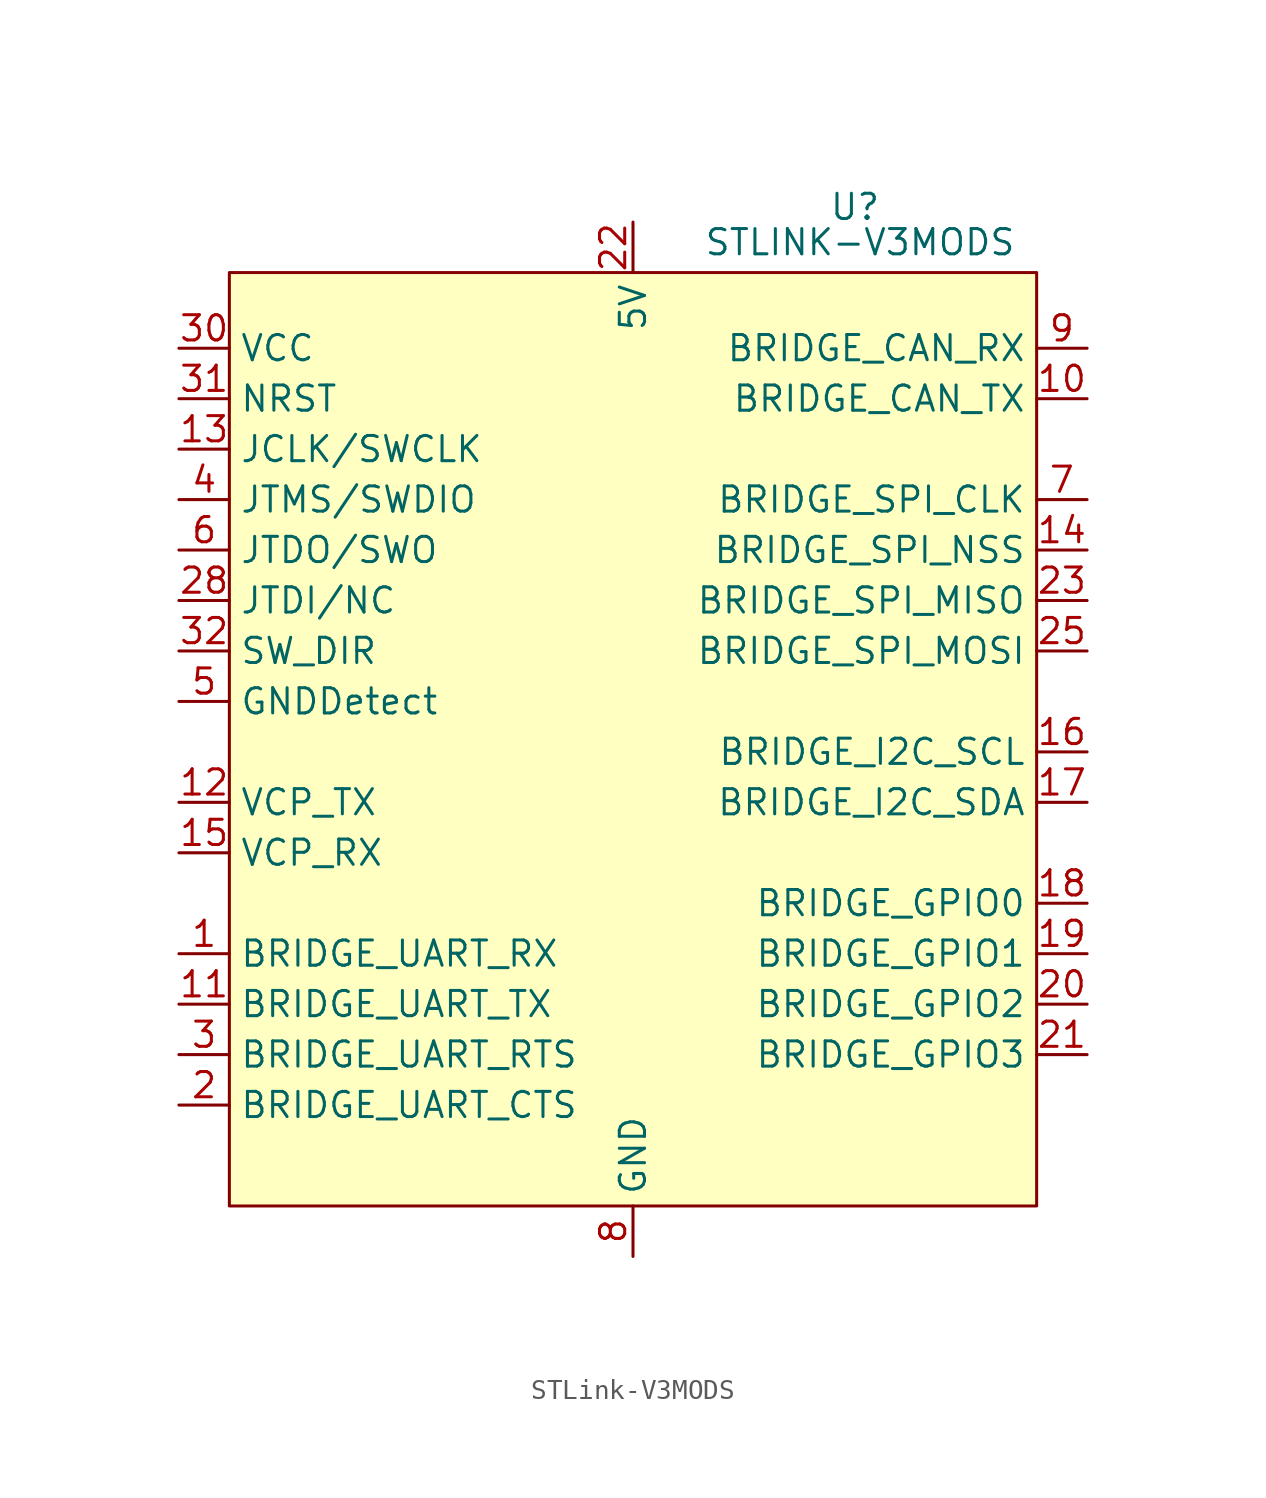
<source format=kicad_sym>
(kicad_symbol_lib
  (version 20231120)
  (generator "kicad_symbol_editor")
  (generator_version "8.0")
  (symbol "STLink-V3MODS"
    (property "Reference" "U"
      (at 11.176 2.032 0)
      (effects (font (size 1.27 1.27))))
    (property "Value" "STLINK-V3MODS"
      (at 11.43 0.254 0)
      (effects (font (size 1.27 1.27))))
    (symbol "STLink-V3MODS_1_1"
      (rectangle (start -20.32 -1.27) (end 20.32 -48.26) (stroke (width 0) (type default)) (fill (type background)))
      (pin input line (at -22.86 -35.56 0) (length 2.54) (name "BRIDGE_UART_RX" (effects (font (size 1.27 1.27)))) (number "1" (effects (font (size 1.27 1.27)))))
      (pin output line (at 22.86 -7.62 180) (length 2.54) (name "BRIDGE_CAN_TX" (effects (font (size 1.27 1.27)))) (number "10" (effects (font (size 1.27 1.27)))))
      (pin output line (at -22.86 -38.1 0) (length 2.54) (name "BRIDGE_UART_TX" (effects (font (size 1.27 1.27)))) (number "11" (effects (font (size 1.27 1.27)))))
      (pin input line (at -22.86 -27.94 0) (length 2.54) (name "VCP_TX" (effects (font (size 1.27 1.27)))) (number "12" (effects (font (size 1.27 1.27)))))
      (pin output line (at -22.86 -10.16 0) (length 2.54) (name "JCLK/SWCLK" (effects (font (size 1.27 1.27)))) (number "13" (effects (font (size 1.27 1.27)))))
      (pin bidirectional line (at 22.86 -15.24 180) (length 2.54) (name "BRIDGE_SPI_NSS" (effects (font (size 1.27 1.27)))) (number "14" (effects (font (size 1.27 1.27)))))
      (pin output line (at -22.86 -30.48 0) (length 2.54) (name "VCP_RX" (effects (font (size 1.27 1.27)))) (number "15" (effects (font (size 1.27 1.27)))))
      (pin output line (at 22.86 -25.4 180) (length 2.54) (name "BRIDGE_I2C_SCL" (effects (font (size 1.27 1.27)))) (number "16" (effects (font (size 1.27 1.27)))))
      (pin bidirectional line (at 22.86 -27.94 180) (length 2.54) (name "BRIDGE_I2C_SDA" (effects (font (size 1.27 1.27)))) (number "17" (effects (font (size 1.27 1.27)))))
      (pin bidirectional line (at 22.86 -33.02 180) (length 2.54) (name "BRIDGE_GPIO0" (effects (font (size 1.27 1.27)))) (number "18" (effects (font (size 1.27 1.27)))))
      (pin bidirectional line (at 22.86 -35.56 180) (length 2.54) (name "BRIDGE_GPIO1" (effects (font (size 1.27 1.27)))) (number "19" (effects (font (size 1.27 1.27)))))
      (pin input line (at -22.86 -43.18 0) (length 2.54) (name "BRIDGE_UART_CTS" (effects (font (size 1.27 1.27)))) (number "2" (effects (font (size 1.27 1.27)))))
      (pin bidirectional line (at 22.86 -38.1 180) (length 2.54) (name "BRIDGE_GPIO2" (effects (font (size 1.27 1.27)))) (number "20" (effects (font (size 1.27 1.27)))))
      (pin bidirectional line (at 22.86 -40.64 180) (length 2.54) (name "BRIDGE_GPIO3" (effects (font (size 1.27 1.27)))) (number "21" (effects (font (size 1.27 1.27)))))
      (pin power_out line (at 0 1.27 270) (length 2.54) (name "5V" (effects (font (size 1.27 1.27)))) (number "22" (effects (font (size 1.27 1.27)))))
      (pin bidirectional line (at 22.86 -17.78 180) (length 2.54) (name "BRIDGE_SPI_MISO" (effects (font (size 1.27 1.27)))) (number "23" (effects (font (size 1.27 1.27)))))
      (pin power_in line (at 0 -50.8 90) (length 2.54) hide (name "GND" (effects (font (size 1.27 1.27)))) (number "24" (effects (font (size 1.27 1.27)))))
      (pin bidirectional line (at 22.86 -20.32 180) (length 2.54) (name "BRIDGE_SPI_MOSI" (effects (font (size 1.27 1.27)))) (number "25" (effects (font (size 1.27 1.27)))))
      (pin power_in line (at 0 -50.8 90) (length 2.54) hide (name "GND" (effects (font (size 1.27 1.27)))) (number "26" (effects (font (size 1.27 1.27)))))
      (pin power_in line (at 0 -50.8 90) (length 2.54) hide (name "GND" (effects (font (size 1.27 1.27)))) (number "27" (effects (font (size 1.27 1.27)))))
      (pin output line (at -22.86 -17.78 0) (length 2.54) (name "JTDI/NC" (effects (font (size 1.27 1.27)))) (number "28" (effects (font (size 1.27 1.27)))))
      (pin power_in line (at 0 -50.8 90) (length 2.54) hide (name "GND" (effects (font (size 1.27 1.27)))) (number "29" (effects (font (size 1.27 1.27)))))
      (pin output line (at -22.86 -40.64 0) (length 2.54) (name "BRIDGE_UART_RTS" (effects (font (size 1.27 1.27)))) (number "3" (effects (font (size 1.27 1.27)))))
      (pin input line (at -22.86 -5.08 0) (length 2.54) (name "VCC" (effects (font (size 1.27 1.27)))) (number "30" (effects (font (size 1.27 1.27)))))
      (pin output line (at -22.86 -7.62 0) (length 2.54) (name "NRST" (effects (font (size 1.27 1.27)))) (number "31" (effects (font (size 1.27 1.27)))))
      (pin output line (at -22.86 -20.32 0) (length 2.54) (name "SW_DIR" (effects (font (size 1.27 1.27)))) (number "32" (effects (font (size 1.27 1.27)))))
      (pin bidirectional line (at -22.86 -12.7 0) (length 2.54) (name "JTMS/SWDIO" (effects (font (size 1.27 1.27)))) (number "4" (effects (font (size 1.27 1.27)))))
      (pin output line (at -22.86 -22.86 0) (length 2.54) (name "GNDDetect" (effects (font (size 1.27 1.27)))) (number "5" (effects (font (size 1.27 1.27)))))
      (pin input line (at -22.86 -15.24 0) (length 2.54) (name "JTDO/SWO" (effects (font (size 1.27 1.27)))) (number "6" (effects (font (size 1.27 1.27)))))
      (pin input line (at 22.86 -12.7 180) (length 2.54) (name "BRIDGE_SPI_CLK" (effects (font (size 1.27 1.27)))) (number "7" (effects (font (size 1.27 1.27)))))
      (pin power_in line (at 0 -50.8 90) (length 2.54) (name "GND" (effects (font (size 1.27 1.27)))) (number "8" (effects (font (size 1.27 1.27)))))
      (pin input line (at 22.86 -5.08 180) (length 2.54) (name "BRIDGE_CAN_RX" (effects (font (size 1.27 1.27)))) (number "9" (effects (font (size 1.27 1.27))))))))
</source>
